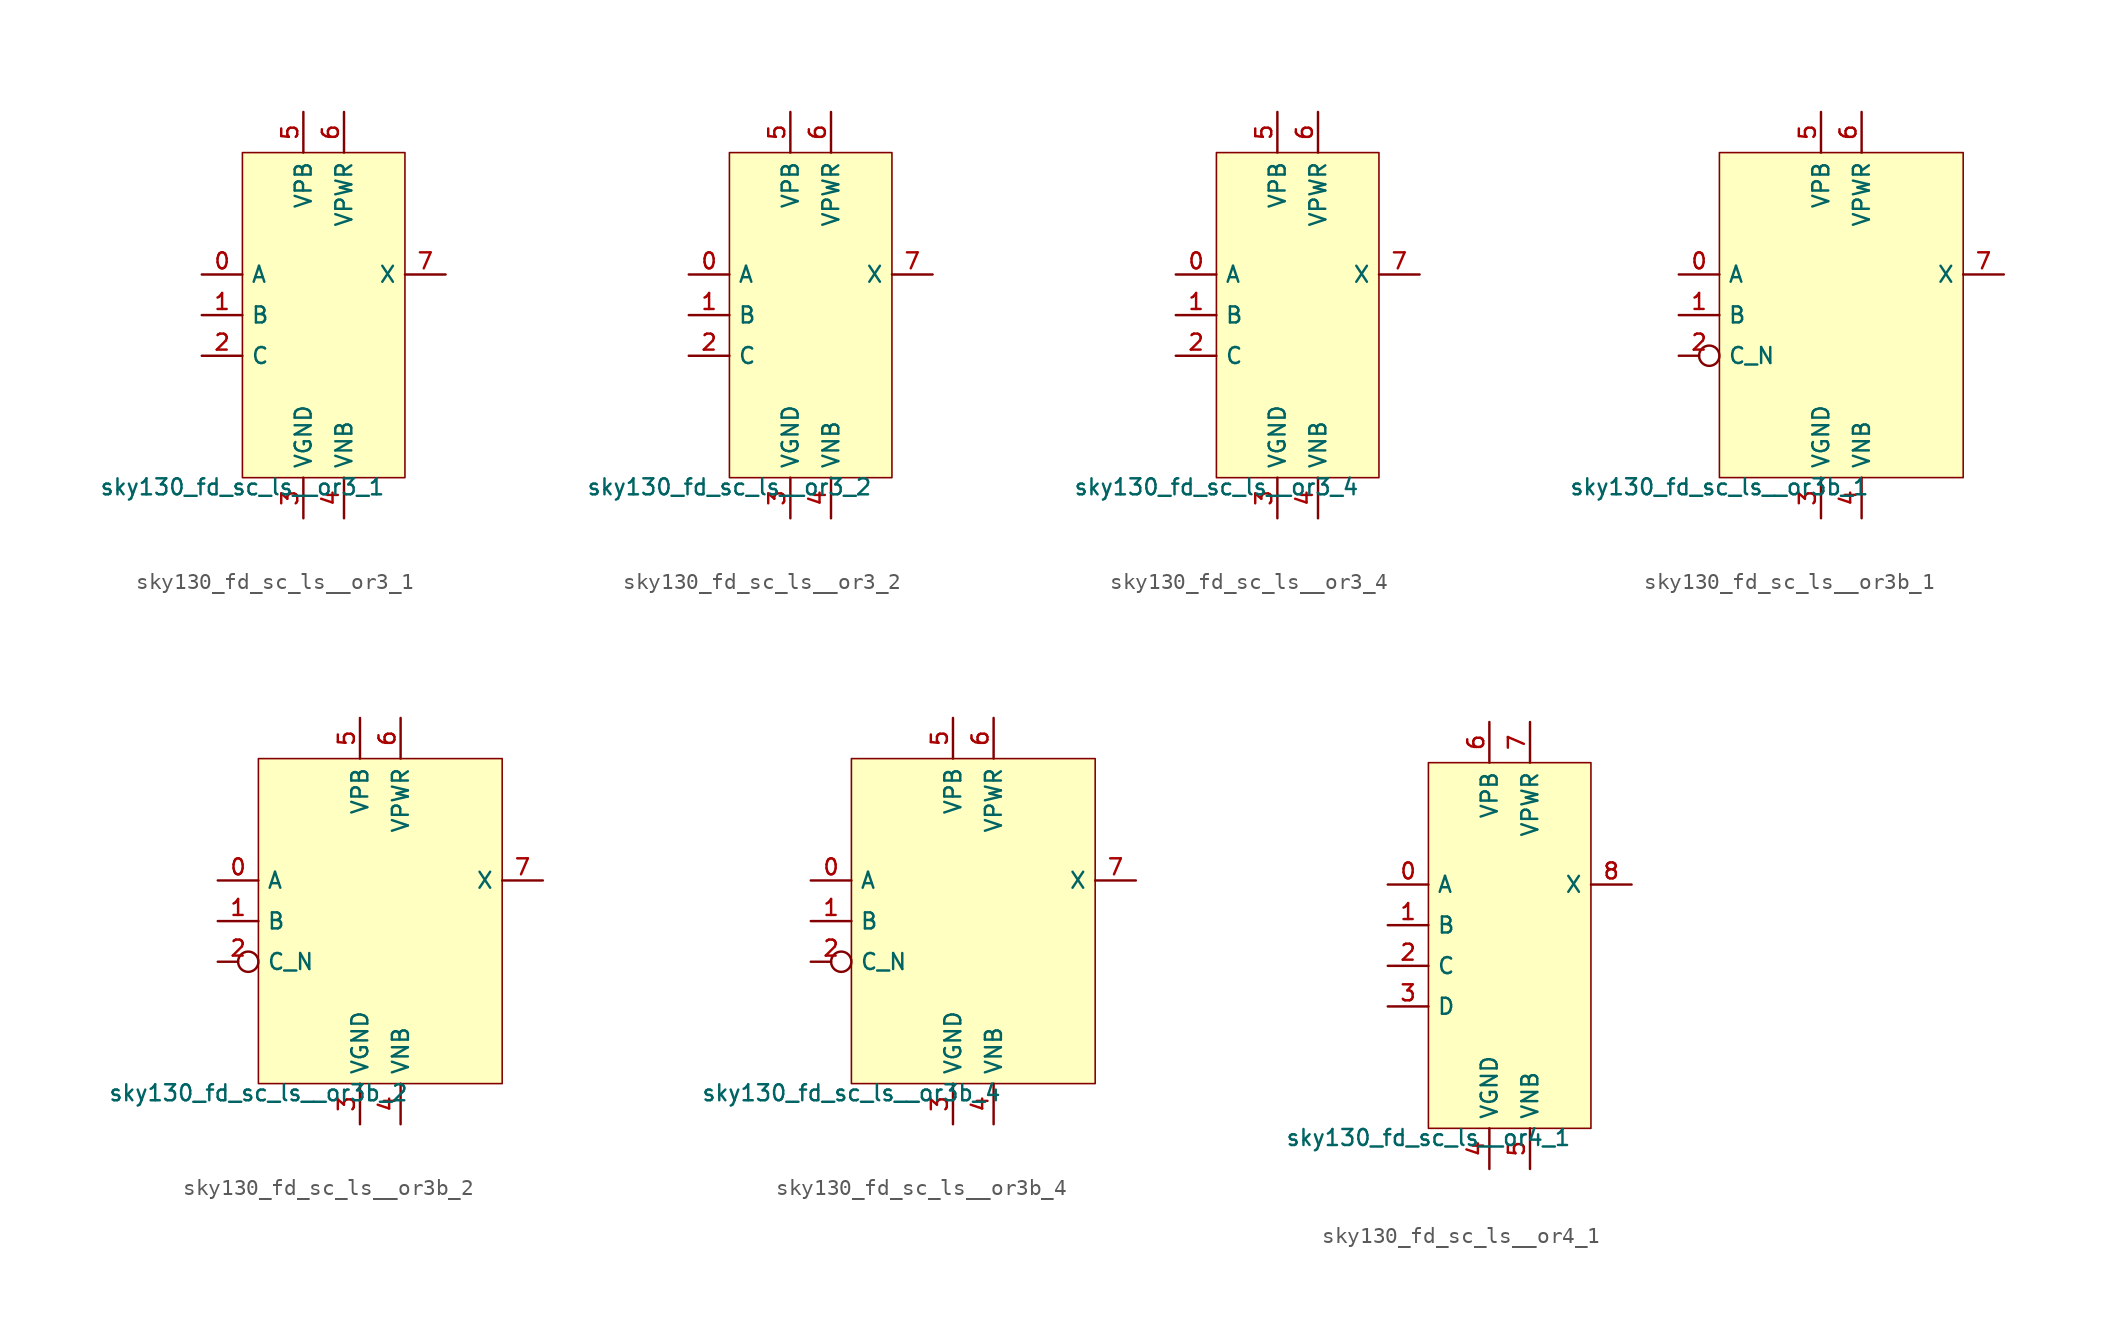
<source format=kicad_sym>
(kicad_symbol_lib
  (version 20211014)
  (generator lef2kicad_sym)
  (symbol "sky130_fd_sc_ls__or3_1"
    (property "Reference" "X"
      (at 0 0 0)
      (effects (font (size 1 1)) hide))
    (property "Value" "sky130_fd_sc_ls__or3_1"
      (at -5.08 -10.16 0)
      (effects (font (size 1 1)) (justify top)))
    (rectangle
      (start -5.08 -10.16)
      (end 5.08 10.16)
      (stroke (width 0.1) (type solid) (color 0 0 0 0))
      (fill (type background)))
    (pin input line
      (at -7.62 2.54 0)
      (length 2.54)
      (name "A" (effects (font (size 1 1)) hide))
      (number "0" (effects (font (size 1 1)) hide)))
    (pin input line
      (at -7.62 0.0 0)
      (length 2.54)
      (name "B" (effects (font (size 1 1)) hide))
      (number "1" (effects (font (size 1 1)) hide)))
    (pin input line
      (at -7.62 -2.54 0)
      (length 2.54)
      (name "C" (effects (font (size 1 1)) hide))
      (number "2" (effects (font (size 1 1)) hide)))
    (pin power_in line
      (at -1.27 -12.7 90)
      (length 2.54)
      (name "VGND" (effects (font (size 1 1)) hide))
      (number "3" (effects (font (size 1 1)) hide)))
    (pin power_in line
      (at 1.27 -12.7 90)
      (length 2.54)
      (name "VNB" (effects (font (size 1 1)) hide))
      (number "4" (effects (font (size 1 1)) hide)))
    (pin power_in line
      (at -1.27 12.7 270)
      (length 2.54)
      (name "VPB" (effects (font (size 1 1)) hide))
      (number "5" (effects (font (size 1 1)) hide)))
    (pin power_in line
      (at 1.27 12.7 270)
      (length 2.54)
      (name "VPWR" (effects (font (size 1 1)) hide))
      (number "6" (effects (font (size 1 1)) hide)))
    (pin output line
      (at 7.62 2.54 180)
      (length 2.54)
      (name "X" (effects (font (size 1 1)) hide))
      (number "7" (effects (font (size 1 1)) hide))))
  (symbol "sky130_fd_sc_ls__or3_2"
    (property "Reference" "X"
      (at 0 0 0)
      (effects (font (size 1 1)) hide))
    (property "Value" "sky130_fd_sc_ls__or3_2"
      (at -5.08 -10.16 0)
      (effects (font (size 1 1)) (justify top)))
    (rectangle
      (start -5.08 -10.16)
      (end 5.08 10.16)
      (stroke (width 0.1) (type solid) (color 0 0 0 0))
      (fill (type background)))
    (pin input line
      (at -7.62 2.54 0)
      (length 2.54)
      (name "A" (effects (font (size 1 1)) hide))
      (number "0" (effects (font (size 1 1)) hide)))
    (pin input line
      (at -7.62 0.0 0)
      (length 2.54)
      (name "B" (effects (font (size 1 1)) hide))
      (number "1" (effects (font (size 1 1)) hide)))
    (pin input line
      (at -7.62 -2.54 0)
      (length 2.54)
      (name "C" (effects (font (size 1 1)) hide))
      (number "2" (effects (font (size 1 1)) hide)))
    (pin power_in line
      (at -1.27 -12.7 90)
      (length 2.54)
      (name "VGND" (effects (font (size 1 1)) hide))
      (number "3" (effects (font (size 1 1)) hide)))
    (pin power_in line
      (at 1.27 -12.7 90)
      (length 2.54)
      (name "VNB" (effects (font (size 1 1)) hide))
      (number "4" (effects (font (size 1 1)) hide)))
    (pin power_in line
      (at -1.27 12.7 270)
      (length 2.54)
      (name "VPB" (effects (font (size 1 1)) hide))
      (number "5" (effects (font (size 1 1)) hide)))
    (pin power_in line
      (at 1.27 12.7 270)
      (length 2.54)
      (name "VPWR" (effects (font (size 1 1)) hide))
      (number "6" (effects (font (size 1 1)) hide)))
    (pin output line
      (at 7.62 2.54 180)
      (length 2.54)
      (name "X" (effects (font (size 1 1)) hide))
      (number "7" (effects (font (size 1 1)) hide))))
  (symbol "sky130_fd_sc_ls__or3_4"
    (property "Reference" "X"
      (at 0 0 0)
      (effects (font (size 1 1)) hide))
    (property "Value" "sky130_fd_sc_ls__or3_4"
      (at -5.08 -10.16 0)
      (effects (font (size 1 1)) (justify top)))
    (rectangle
      (start -5.08 -10.16)
      (end 5.08 10.16)
      (stroke (width 0.1) (type solid) (color 0 0 0 0))
      (fill (type background)))
    (pin input line
      (at -7.62 2.54 0)
      (length 2.54)
      (name "A" (effects (font (size 1 1)) hide))
      (number "0" (effects (font (size 1 1)) hide)))
    (pin input line
      (at -7.62 0.0 0)
      (length 2.54)
      (name "B" (effects (font (size 1 1)) hide))
      (number "1" (effects (font (size 1 1)) hide)))
    (pin input line
      (at -7.62 -2.54 0)
      (length 2.54)
      (name "C" (effects (font (size 1 1)) hide))
      (number "2" (effects (font (size 1 1)) hide)))
    (pin power_in line
      (at -1.27 -12.7 90)
      (length 2.54)
      (name "VGND" (effects (font (size 1 1)) hide))
      (number "3" (effects (font (size 1 1)) hide)))
    (pin power_in line
      (at 1.27 -12.7 90)
      (length 2.54)
      (name "VNB" (effects (font (size 1 1)) hide))
      (number "4" (effects (font (size 1 1)) hide)))
    (pin power_in line
      (at -1.27 12.7 270)
      (length 2.54)
      (name "VPB" (effects (font (size 1 1)) hide))
      (number "5" (effects (font (size 1 1)) hide)))
    (pin power_in line
      (at 1.27 12.7 270)
      (length 2.54)
      (name "VPWR" (effects (font (size 1 1)) hide))
      (number "6" (effects (font (size 1 1)) hide)))
    (pin output line
      (at 7.62 2.54 180)
      (length 2.54)
      (name "X" (effects (font (size 1 1)) hide))
      (number "7" (effects (font (size 1 1)) hide))))
  (symbol "sky130_fd_sc_ls__or3b_1"
    (property "Reference" "X"
      (at 0 0 0)
      (effects (font (size 1 1)) hide))
    (property "Value" "sky130_fd_sc_ls__or3b_1"
      (at -7.62 -10.16 0)
      (effects (font (size 1 1)) (justify top)))
    (rectangle
      (start -7.62 -10.16)
      (end 7.62 10.16)
      (stroke (width 0.1) (type solid) (color 0 0 0 0))
      (fill (type background)))
    (pin input line
      (at -10.16 2.54 0)
      (length 2.54)
      (name "A" (effects (font (size 1 1)) hide))
      (number "0" (effects (font (size 1 1)) hide)))
    (pin input line
      (at -10.16 0.0 0)
      (length 2.54)
      (name "B" (effects (font (size 1 1)) hide))
      (number "1" (effects (font (size 1 1)) hide)))
    (pin input inverted
      (at -10.16 -2.54 0)
      (length 2.54)
      (name "C_N" (effects (font (size 1 1)) hide))
      (number "2" (effects (font (size 1 1)) hide)))
    (pin power_in line
      (at -1.27 -12.7 90)
      (length 2.54)
      (name "VGND" (effects (font (size 1 1)) hide))
      (number "3" (effects (font (size 1 1)) hide)))
    (pin power_in line
      (at 1.27 -12.7 90)
      (length 2.54)
      (name "VNB" (effects (font (size 1 1)) hide))
      (number "4" (effects (font (size 1 1)) hide)))
    (pin power_in line
      (at -1.27 12.7 270)
      (length 2.54)
      (name "VPB" (effects (font (size 1 1)) hide))
      (number "5" (effects (font (size 1 1)) hide)))
    (pin power_in line
      (at 1.27 12.7 270)
      (length 2.54)
      (name "VPWR" (effects (font (size 1 1)) hide))
      (number "6" (effects (font (size 1 1)) hide)))
    (pin output line
      (at 10.16 2.54 180)
      (length 2.54)
      (name "X" (effects (font (size 1 1)) hide))
      (number "7" (effects (font (size 1 1)) hide))))
  (symbol "sky130_fd_sc_ls__or3b_2"
    (property "Reference" "X"
      (at 0 0 0)
      (effects (font (size 1 1)) hide))
    (property "Value" "sky130_fd_sc_ls__or3b_2"
      (at -7.62 -10.16 0)
      (effects (font (size 1 1)) (justify top)))
    (rectangle
      (start -7.62 -10.16)
      (end 7.62 10.16)
      (stroke (width 0.1) (type solid) (color 0 0 0 0))
      (fill (type background)))
    (pin input line
      (at -10.16 2.54 0)
      (length 2.54)
      (name "A" (effects (font (size 1 1)) hide))
      (number "0" (effects (font (size 1 1)) hide)))
    (pin input line
      (at -10.16 0.0 0)
      (length 2.54)
      (name "B" (effects (font (size 1 1)) hide))
      (number "1" (effects (font (size 1 1)) hide)))
    (pin input inverted
      (at -10.16 -2.54 0)
      (length 2.54)
      (name "C_N" (effects (font (size 1 1)) hide))
      (number "2" (effects (font (size 1 1)) hide)))
    (pin power_in line
      (at -1.27 -12.7 90)
      (length 2.54)
      (name "VGND" (effects (font (size 1 1)) hide))
      (number "3" (effects (font (size 1 1)) hide)))
    (pin power_in line
      (at 1.27 -12.7 90)
      (length 2.54)
      (name "VNB" (effects (font (size 1 1)) hide))
      (number "4" (effects (font (size 1 1)) hide)))
    (pin power_in line
      (at -1.27 12.7 270)
      (length 2.54)
      (name "VPB" (effects (font (size 1 1)) hide))
      (number "5" (effects (font (size 1 1)) hide)))
    (pin power_in line
      (at 1.27 12.7 270)
      (length 2.54)
      (name "VPWR" (effects (font (size 1 1)) hide))
      (number "6" (effects (font (size 1 1)) hide)))
    (pin output line
      (at 10.16 2.54 180)
      (length 2.54)
      (name "X" (effects (font (size 1 1)) hide))
      (number "7" (effects (font (size 1 1)) hide))))
  (symbol "sky130_fd_sc_ls__or3b_4"
    (property "Reference" "X"
      (at 0 0 0)
      (effects (font (size 1 1)) hide))
    (property "Value" "sky130_fd_sc_ls__or3b_4"
      (at -7.62 -10.16 0)
      (effects (font (size 1 1)) (justify top)))
    (rectangle
      (start -7.62 -10.16)
      (end 7.62 10.16)
      (stroke (width 0.1) (type solid) (color 0 0 0 0))
      (fill (type background)))
    (pin input line
      (at -10.16 2.54 0)
      (length 2.54)
      (name "A" (effects (font (size 1 1)) hide))
      (number "0" (effects (font (size 1 1)) hide)))
    (pin input line
      (at -10.16 0.0 0)
      (length 2.54)
      (name "B" (effects (font (size 1 1)) hide))
      (number "1" (effects (font (size 1 1)) hide)))
    (pin input inverted
      (at -10.16 -2.54 0)
      (length 2.54)
      (name "C_N" (effects (font (size 1 1)) hide))
      (number "2" (effects (font (size 1 1)) hide)))
    (pin power_in line
      (at -1.27 -12.7 90)
      (length 2.54)
      (name "VGND" (effects (font (size 1 1)) hide))
      (number "3" (effects (font (size 1 1)) hide)))
    (pin power_in line
      (at 1.27 -12.7 90)
      (length 2.54)
      (name "VNB" (effects (font (size 1 1)) hide))
      (number "4" (effects (font (size 1 1)) hide)))
    (pin power_in line
      (at -1.27 12.7 270)
      (length 2.54)
      (name "VPB" (effects (font (size 1 1)) hide))
      (number "5" (effects (font (size 1 1)) hide)))
    (pin power_in line
      (at 1.27 12.7 270)
      (length 2.54)
      (name "VPWR" (effects (font (size 1 1)) hide))
      (number "6" (effects (font (size 1 1)) hide)))
    (pin output line
      (at 10.16 2.54 180)
      (length 2.54)
      (name "X" (effects (font (size 1 1)) hide))
      (number "7" (effects (font (size 1 1)) hide))))
  (symbol "sky130_fd_sc_ls__or4_1"
    (property "Reference" "X"
      (at 0 0 0)
      (effects (font (size 1 1)) hide))
    (property "Value" "sky130_fd_sc_ls__or4_1"
      (at -5.08 -11.43 0)
      (effects (font (size 1 1)) (justify top)))
    (rectangle
      (start -5.08 -11.43)
      (end 5.08 11.43)
      (stroke (width 0.1) (type solid) (color 0 0 0 0))
      (fill (type background)))
    (pin input line
      (at -7.62 3.81 0)
      (length 2.54)
      (name "A" (effects (font (size 1 1)) hide))
      (number "0" (effects (font (size 1 1)) hide)))
    (pin input line
      (at -7.62 1.27 0)
      (length 2.54)
      (name "B" (effects (font (size 1 1)) hide))
      (number "1" (effects (font (size 1 1)) hide)))
    (pin input line
      (at -7.62 -1.27 0)
      (length 2.54)
      (name "C" (effects (font (size 1 1)) hide))
      (number "2" (effects (font (size 1 1)) hide)))
    (pin input line
      (at -7.62 -3.81 0)
      (length 2.54)
      (name "D" (effects (font (size 1 1)) hide))
      (number "3" (effects (font (size 1 1)) hide)))
    (pin power_in line
      (at -1.27 -13.97 90)
      (length 2.54)
      (name "VGND" (effects (font (size 1 1)) hide))
      (number "4" (effects (font (size 1 1)) hide)))
    (pin power_in line
      (at 1.27 -13.97 90)
      (length 2.54)
      (name "VNB" (effects (font (size 1 1)) hide))
      (number "5" (effects (font (size 1 1)) hide)))
    (pin power_in line
      (at -1.27 13.97 270)
      (length 2.54)
      (name "VPB" (effects (font (size 1 1)) hide))
      (number "6" (effects (font (size 1 1)) hide)))
    (pin power_in line
      (at 1.27 13.97 270)
      (length 2.54)
      (name "VPWR" (effects (font (size 1 1)) hide))
      (number "7" (effects (font (size 1 1)) hide)))
    (pin output line
      (at 7.62 3.81 180)
      (length 2.54)
      (name "X" (effects (font (size 1 1)) hide))
      (number "8" (effects (font (size 1 1)) hide)))))
</source>
